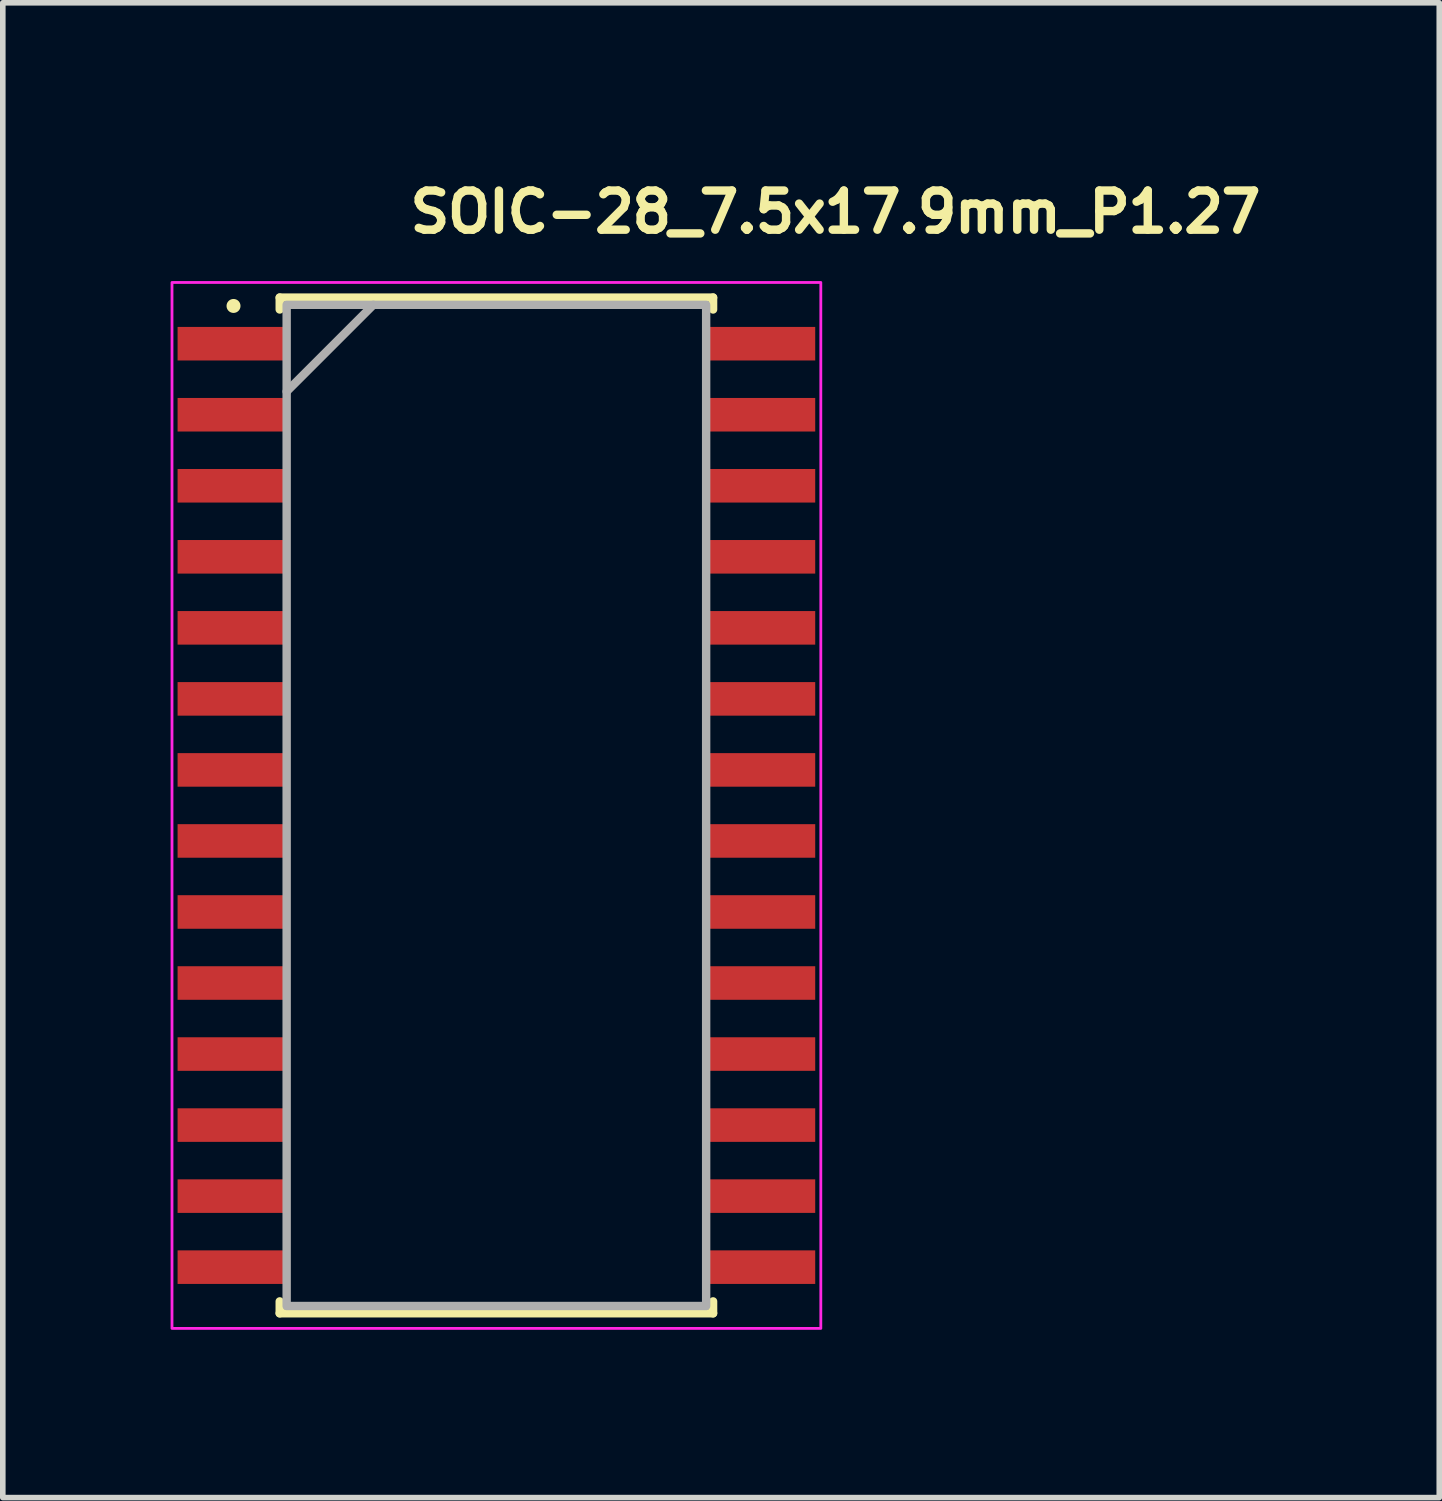
<source format=kicad_pcb>
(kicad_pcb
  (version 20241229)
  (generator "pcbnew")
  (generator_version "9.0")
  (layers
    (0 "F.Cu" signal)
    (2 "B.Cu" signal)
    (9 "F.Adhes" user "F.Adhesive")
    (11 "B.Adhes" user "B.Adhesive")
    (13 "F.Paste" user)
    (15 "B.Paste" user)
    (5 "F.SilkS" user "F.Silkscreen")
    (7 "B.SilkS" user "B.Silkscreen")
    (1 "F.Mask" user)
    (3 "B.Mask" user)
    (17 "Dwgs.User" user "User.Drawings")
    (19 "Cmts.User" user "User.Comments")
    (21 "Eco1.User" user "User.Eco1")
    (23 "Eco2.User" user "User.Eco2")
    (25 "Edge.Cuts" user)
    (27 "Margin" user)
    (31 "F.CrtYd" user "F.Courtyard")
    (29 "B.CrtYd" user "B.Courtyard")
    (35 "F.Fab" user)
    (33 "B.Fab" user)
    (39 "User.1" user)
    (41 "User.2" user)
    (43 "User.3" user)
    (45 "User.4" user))
  (footprint "SOIC-28_7.5x17.9mm_P1.27"
    (layer "F.Cu")
    (at 5.825 11.35)
    (property "Reference" "SOIC-28_7.5x17.9mm_P1.27" (at -1.62 -10.2 0) (layer "F.SilkS") (effects (font (size 0.7 0.7) (thickness 0.15)) (justify left bottom)))
    (attr smd)
    (fp_line (start -3.874 -9.08) (end -3.874 -8.867) (stroke (width 0.15) (type solid)) (layer "F.SilkS"))
    (fp_line (start -3.874 8.867) (end -3.874 9.08) (stroke (width 0.15) (type solid)) (layer "F.SilkS"))
    (fp_line (start -3.874 9.08) (end 3.874 9.08) (stroke (width 0.15) (type solid)) (layer "F.SilkS"))
    (fp_line (start 3.874 -9.08) (end -3.874 -9.08) (stroke (width 0.15) (type solid)) (layer "F.SilkS"))
    (fp_line (start 3.874 -8.867) (end 3.874 -9.08) (stroke (width 0.15) (type solid)) (layer "F.SilkS"))
    (fp_line (start 3.874 9.08) (end 3.874 8.867) (stroke (width 0.15) (type solid)) (layer "F.SilkS"))
    (fp_circle (center -4.7 -8.93) (end -4.65 -8.93) (stroke (width 0.15) (type solid)) (fill yes) (layer "F.SilkS"))
    (fp_rect (start -5.8 -9.35) (end 5.8 9.35) (stroke (width 0.05) (type solid)) (fill no) (layer "F.CrtYd"))
    (fp_line (start -3.75 -7.4) (end -2.2 -8.95) (stroke (width 0.15) (type solid)) (layer "F.Fab"))
    (fp_rect (start -3.75 -8.95) (end 3.75 8.95) (stroke (width 0.15) (type solid)) (fill no) (layer "F.Fab"))
    (fp_rect (start -5.156 -8.954) (end 5.156 8.954) (stroke (width 0.1) (type solid)) (fill no) (layer "User.5"))
    (fp_line (start -5.156 -8.509) (end -4.924 -8.509) (stroke (width 0.02) (type solid)) (layer "User.9"))
    (fp_line (start -5.156 -8.001) (end -5.156 -8.509) (stroke (width 0.02) (type solid)) (layer "User.9"))
    (fp_line (start -5.156 -7.239) (end -4.924 -7.239) (stroke (width 0.02) (type solid)) (layer "User.9"))
    (fp_line (start -5.156 -6.731) (end -5.156 -7.239) (stroke (width 0.02) (type solid)) (layer "User.9"))
    (fp_line (start -5.156 -5.969) (end -4.924 -5.969) (stroke (width 0.02) (type solid)) (layer "User.9"))
    (fp_line (start -5.156 -5.461) (end -5.156 -5.969) (stroke (width 0.02) (type solid)) (layer "User.9"))
    (fp_line (start -5.156 -4.699) (end -4.924 -4.699) (stroke (width 0.02) (type solid)) (layer "User.9"))
    (fp_line (start -5.156 -4.191) (end -5.156 -4.699) (stroke (width 0.02) (type solid)) (layer "User.9"))
    (fp_line (start -5.156 -3.429) (end -4.924 -3.429) (stroke (width 0.02) (type solid)) (layer "User.9"))
    (fp_line (start -5.156 -2.921) (end -5.156 -3.429) (stroke (width 0.02) (type solid)) (layer "User.9"))
    (fp_line (start -5.156 -2.159) (end -4.924 -2.159) (stroke (width 0.02) (type solid)) (layer "User.9"))
    (fp_line (start -5.156 -1.651) (end -5.156 -2.159) (stroke (width 0.02) (type solid)) (layer "User.9"))
    (fp_line (start -5.156 -0.889) (end -4.924 -0.889) (stroke (width 0.02) (type solid)) (layer "User.9"))
    (fp_line (start -5.156 -0.381) (end -5.156 -0.889) (stroke (width 0.02) (type solid)) (layer "User.9"))
    (fp_line (start -5.156 0.381) (end -4.924 0.381) (stroke (width 0.02) (type solid)) (layer "User.9"))
    (fp_line (start -5.156 0.889) (end -5.156 0.381) (stroke (width 0.02) (type solid)) (layer "User.9"))
    (fp_line (start -5.156 1.651) (end -4.924 1.651) (stroke (width 0.02) (type solid)) (layer "User.9"))
    (fp_line (start -5.156 2.159) (end -5.156 1.651) (stroke (width 0.02) (type solid)) (layer "User.9"))
    (fp_line (start -5.156 2.921) (end -4.924 2.921) (stroke (width 0.02) (type solid)) (layer "User.9"))
    (fp_line (start -5.156 3.429) (end -5.156 2.921) (stroke (width 0.02) (type solid)) (layer "User.9"))
    (fp_line (start -5.156 4.191) (end -4.924 4.191) (stroke (width 0.02) (type solid)) (layer "User.9"))
    (fp_line (start -5.156 4.699) (end -5.156 4.191) (stroke (width 0.02) (type solid)) (layer "User.9"))
    (fp_line (start -5.156 5.461) (end -4.924 5.461) (stroke (width 0.02) (type solid)) (layer "User.9"))
    (fp_line (start -5.156 5.969) (end -5.156 5.461) (stroke (width 0.02) (type solid)) (layer "User.9"))
    (fp_line (start -5.156 6.731) (end -4.924 6.731) (stroke (width 0.02) (type solid)) (layer "User.9"))
    (fp_line (start -5.156 7.239) (end -5.156 6.731) (stroke (width 0.02) (type solid)) (layer "User.9"))
    (fp_line (start -5.156 8.001) (end -4.924 8.001) (stroke (width 0.02) (type solid)) (layer "User.9"))
    (fp_line (start -5.156 8.509) (end -5.156 8.001) (stroke (width 0.02) (type solid)) (layer "User.9"))
    (fp_line (start -4.924 -8.509) (end -4.679 -8.509) (stroke (width 0.02) (type solid)) (layer "User.9"))
    (fp_line (start -4.924 -8.001) (end -5.156 -8.001) (stroke (width 0.02) (type solid)) (layer "User.9"))
    (fp_line (start -4.924 -7.239) (end -4.679 -7.239) (stroke (width 0.02) (type solid)) (layer "User.9"))
    (fp_line (start -4.924 -6.731) (end -5.156 -6.731) (stroke (width 0.02) (type solid)) (layer "User.9"))
    (fp_line (start -4.924 -5.969) (end -4.679 -5.969) (stroke (width 0.02) (type solid)) (layer "User.9"))
    (fp_line (start -4.924 -5.461) (end -5.156 -5.461) (stroke (width 0.02) (type solid)) (layer "User.9"))
    (fp_line (start -4.924 -4.699) (end -4.679 -4.699) (stroke (width 0.02) (type solid)) (layer "User.9"))
    (fp_line (start -4.924 -4.191) (end -5.156 -4.191) (stroke (width 0.02) (type solid)) (layer "User.9"))
    (fp_line (start -4.924 -3.429) (end -4.679 -3.429) (stroke (width 0.02) (type solid)) (layer "User.9"))
    (fp_line (start -4.924 -2.921) (end -5.156 -2.921) (stroke (width 0.02) (type solid)) (layer "User.9"))
    (fp_line (start -4.924 -2.159) (end -4.679 -2.159) (stroke (width 0.02) (type solid)) (layer "User.9"))
    (fp_line (start -4.924 -1.651) (end -5.156 -1.651) (stroke (width 0.02) (type solid)) (layer "User.9"))
    (fp_line (start -4.924 -0.889) (end -4.679 -0.889) (stroke (width 0.02) (type solid)) (layer "User.9"))
    (fp_line (start -4.924 -0.381) (end -5.156 -0.381) (stroke (width 0.02) (type solid)) (layer "User.9"))
    (fp_line (start -4.924 0.381) (end -4.679 0.381) (stroke (width 0.02) (type solid)) (layer "User.9"))
    (fp_line (start -4.924 0.889) (end -5.156 0.889) (stroke (width 0.02) (type solid)) (layer "User.9"))
    (fp_line (start -4.924 1.651) (end -4.679 1.651) (stroke (width 0.02) (type solid)) (layer "User.9"))
    (fp_line (start -4.924 2.159) (end -5.156 2.159) (stroke (width 0.02) (type solid)) (layer "User.9"))
    (fp_line (start -4.924 2.921) (end -4.679 2.921) (stroke (width 0.02) (type solid)) (layer "User.9"))
    (fp_line (start -4.924 3.429) (end -5.156 3.429) (stroke (width 0.02) (type solid)) (layer "User.9"))
    (fp_line (start -4.924 4.191) (end -4.679 4.191) (stroke (width 0.02) (type solid)) (layer "User.9"))
    (fp_line (start -4.924 4.699) (end -5.156 4.699) (stroke (width 0.02) (type solid)) (layer "User.9"))
    (fp_line (start -4.924 5.461) (end -4.679 5.461) (stroke (width 0.02) (type solid)) (layer "User.9"))
    (fp_line (start -4.924 5.969) (end -5.156 5.969) (stroke (width 0.02) (type solid)) (layer "User.9"))
    (fp_line (start -4.924 6.731) (end -4.679 6.731) (stroke (width 0.02) (type solid)) (layer "User.9"))
    (fp_line (start -4.924 7.239) (end -5.156 7.239) (stroke (width 0.02) (type solid)) (layer "User.9"))
    (fp_line (start -4.924 8.001) (end -4.679 8.001) (stroke (width 0.02) (type solid)) (layer "User.9"))
    (fp_line (start -4.924 8.509) (end -5.156 8.509) (stroke (width 0.02) (type solid)) (layer "User.9"))
    (fp_line (start -4.679 -8.509) (end -4.469 -8.509) (stroke (width 0.02) (type solid)) (layer "User.9"))
    (fp_line (start -4.679 -8.001) (end -4.924 -8.001) (stroke (width 0.02) (type solid)) (layer "User.9"))
    (fp_line (start -4.679 -7.239) (end -4.469 -7.239) (stroke (width 0.02) (type solid)) (layer "User.9"))
    (fp_line (start -4.679 -6.731) (end -4.924 -6.731) (stroke (width 0.02) (type solid)) (layer "User.9"))
    (fp_line (start -4.679 -5.969) (end -4.469 -5.969) (stroke (width 0.02) (type solid)) (layer "User.9"))
    (fp_line (start -4.679 -5.461) (end -4.924 -5.461) (stroke (width 0.02) (type solid)) (layer "User.9"))
    (fp_line (start -4.679 -4.699) (end -4.469 -4.699) (stroke (width 0.02) (type solid)) (layer "User.9"))
    (fp_line (start -4.679 -4.191) (end -4.924 -4.191) (stroke (width 0.02) (type solid)) (layer "User.9"))
    (fp_line (start -4.679 -3.429) (end -4.469 -3.429) (stroke (width 0.02) (type solid)) (layer "User.9"))
    (fp_line (start -4.679 -2.921) (end -4.924 -2.921) (stroke (width 0.02) (type solid)) (layer "User.9"))
    (fp_line (start -4.679 -2.159) (end -4.469 -2.159) (stroke (width 0.02) (type solid)) (layer "User.9"))
    (fp_line (start -4.679 -1.651) (end -4.924 -1.651) (stroke (width 0.02) (type solid)) (layer "User.9"))
    (fp_line (start -4.679 -0.889) (end -4.469 -0.889) (stroke (width 0.02) (type solid)) (layer "User.9"))
    (fp_line (start -4.679 -0.381) (end -4.924 -0.381) (stroke (width 0.02) (type solid)) (layer "User.9"))
    (fp_line (start -4.679 0.381) (end -4.469 0.381) (stroke (width 0.02) (type solid)) (layer "User.9"))
    (fp_line (start -4.679 0.889) (end -4.924 0.889) (stroke (width 0.02) (type solid)) (layer "User.9"))
    (fp_line (start -4.679 1.651) (end -4.469 1.651) (stroke (width 0.02) (type solid)) (layer "User.9"))
    (fp_line (start -4.679 2.159) (end -4.924 2.159) (stroke (width 0.02) (type solid)) (layer "User.9"))
    (fp_line (start -4.679 2.921) (end -4.469 2.921) (stroke (width 0.02) (type solid)) (layer "User.9"))
    (fp_line (start -4.679 3.429) (end -4.924 3.429) (stroke (width 0.02) (type solid)) (layer "User.9"))
    (fp_line (start -4.679 4.191) (end -4.469 4.191) (stroke (width 0.02) (type solid)) (layer "User.9"))
    (fp_line (start -4.679 4.699) (end -4.924 4.699) (stroke (width 0.02) (type solid)) (layer "User.9"))
    (fp_line (start -4.679 5.461) (end -4.469 5.461) (stroke (width 0.02) (type solid)) (layer "User.9"))
    (fp_line (start -4.679 5.969) (end -4.924 5.969) (stroke (width 0.02) (type solid)) (layer "User.9"))
    (fp_line (start -4.679 6.731) (end -4.469 6.731) (stroke (width 0.02) (type solid)) (layer "User.9"))
    (fp_line (start -4.679 7.239) (end -4.924 7.239) (stroke (width 0.02) (type solid)) (layer "User.9"))
    (fp_line (start -4.679 8.001) (end -4.469 8.001) (stroke (width 0.02) (type solid)) (layer "User.9"))
    (fp_line (start -4.679 8.509) (end -4.924 8.509) (stroke (width 0.02) (type solid)) (layer "User.9"))
    (fp_line (start -4.47 -8.509) (end -3.979 -8.509) (stroke (width 0.02) (type solid)) (layer "User.9"))
    (fp_line (start -4.47 -7.239) (end -3.979 -7.239) (stroke (width 0.02) (type solid)) (layer "User.9"))
    (fp_line (start -4.47 -5.969) (end -3.979 -5.969) (stroke (width 0.02) (type solid)) (layer "User.9"))
    (fp_line (start -4.47 -4.699) (end -3.979 -4.699) (stroke (width 0.02) (type solid)) (layer "User.9"))
    (fp_line (start -4.47 -3.429) (end -3.979 -3.429) (stroke (width 0.02) (type solid)) (layer "User.9"))
    (fp_line (start -4.47 -2.159) (end -3.979 -2.159) (stroke (width 0.02) (type solid)) (layer "User.9"))
    (fp_line (start -4.47 -0.889) (end -3.979 -0.889) (stroke (width 0.02) (type solid)) (layer "User.9"))
    (fp_line (start -4.47 0.381) (end -3.979 0.381) (stroke (width 0.02) (type solid)) (layer "User.9"))
    (fp_line (start -4.47 1.651) (end -3.979 1.651) (stroke (width 0.02) (type solid)) (layer "User.9"))
    (fp_line (start -4.47 2.921) (end -3.979 2.921) (stroke (width 0.02) (type solid)) (layer "User.9"))
    (fp_line (start -4.47 4.191) (end -3.979 4.191) (stroke (width 0.02) (type solid)) (layer "User.9"))
    (fp_line (start -4.47 5.461) (end -3.979 5.461) (stroke (width 0.02) (type solid)) (layer "User.9"))
    (fp_line (start -4.47 6.731) (end -3.979 6.731) (stroke (width 0.02) (type solid)) (layer "User.9"))
    (fp_line (start -4.47 8.001) (end -3.979 8.001) (stroke (width 0.02) (type solid)) (layer "User.9"))
    (fp_line (start -4.469 -8.001) (end -4.679 -8.001) (stroke (width 0.02) (type solid)) (layer "User.9"))
    (fp_line (start -4.469 -6.731) (end -4.679 -6.731) (stroke (width 0.02) (type solid)) (layer "User.9"))
    (fp_line (start -4.469 -5.461) (end -4.679 -5.461) (stroke (width 0.02) (type solid)) (layer "User.9"))
    (fp_line (start -4.469 -4.191) (end -4.679 -4.191) (stroke (width 0.02) (type solid)) (layer "User.9"))
    (fp_line (start -4.469 -2.921) (end -4.679 -2.921) (stroke (width 0.02) (type solid)) (layer "User.9"))
    (fp_line (start -4.469 -1.651) (end -4.679 -1.651) (stroke (width 0.02) (type solid)) (layer "User.9"))
    (fp_line (start -4.469 -0.381) (end -4.679 -0.381) (stroke (width 0.02) (type solid)) (layer "User.9"))
    (fp_line (start -4.469 0.889) (end -4.679 0.889) (stroke (width 0.02) (type solid)) (layer "User.9"))
    (fp_line (start -4.469 2.159) (end -4.679 2.159) (stroke (width 0.02) (type solid)) (layer "User.9"))
    (fp_line (start -4.469 3.429) (end -4.679 3.429) (stroke (width 0.02) (type solid)) (layer "User.9"))
    (fp_line (start -4.469 4.699) (end -4.679 4.699) (stroke (width 0.02) (type solid)) (layer "User.9"))
    (fp_line (start -4.469 5.969) (end -4.679 5.969) (stroke (width 0.02) (type solid)) (layer "User.9"))
    (fp_line (start -4.469 7.239) (end -4.679 7.239) (stroke (width 0.02) (type solid)) (layer "User.9"))
    (fp_line (start -4.469 8.509) (end -4.679 8.509) (stroke (width 0.02) (type solid)) (layer "User.9"))
    (fp_line (start -3.979 -8.509) (end -3.746 -8.509) (stroke (width 0.02) (type solid)) (layer "User.9"))
    (fp_line (start -3.979 -8.001) (end -4.47 -8.001) (stroke (width 0.02) (type solid)) (layer "User.9"))
    (fp_line (start -3.979 -7.239) (end -3.746 -7.239) (stroke (width 0.02) (type solid)) (layer "User.9"))
    (fp_line (start -3.979 -6.731) (end -4.47 -6.731) (stroke (width 0.02) (type solid)) (layer "User.9"))
    (fp_line (start -3.979 -5.969) (end -3.746 -5.969) (stroke (width 0.02) (type solid)) (layer "User.9"))
    (fp_line (start -3.979 -5.461) (end -4.47 -5.461) (stroke (width 0.02) (type solid)) (layer "User.9"))
    (fp_line (start -3.979 -4.699) (end -3.746 -4.699) (stroke (width 0.02) (type solid)) (layer "User.9"))
    (fp_line (start -3.979 -4.191) (end -4.47 -4.191) (stroke (width 0.02) (type solid)) (layer "User.9"))
    (fp_line (start -3.979 -3.429) (end -3.746 -3.429) (stroke (width 0.02) (type solid)) (layer "User.9"))
    (fp_line (start -3.979 -2.921) (end -4.47 -2.921) (stroke (width 0.02) (type solid)) (layer "User.9"))
    (fp_line (start -3.979 -2.159) (end -3.746 -2.159) (stroke (width 0.02) (type solid)) (layer "User.9"))
    (fp_line (start -3.979 -1.651) (end -4.47 -1.651) (stroke (width 0.02) (type solid)) (layer "User.9"))
    (fp_line (start -3.979 -0.889) (end -3.746 -0.889) (stroke (width 0.02) (type solid)) (layer "User.9"))
    (fp_line (start -3.979 -0.381) (end -4.47 -0.381) (stroke (width 0.02) (type solid)) (layer "User.9"))
    (fp_line (start -3.979 0.381) (end -3.746 0.381) (stroke (width 0.02) (type solid)) (layer "User.9"))
    (fp_line (start -3.979 0.889) (end -4.47 0.889) (stroke (width 0.02) (type solid)) (layer "User.9"))
    (fp_line (start -3.979 1.651) (end -3.746 1.651) (stroke (width 0.02) (type solid)) (layer "User.9"))
    (fp_line (start -3.979 2.159) (end -4.47 2.159) (stroke (width 0.02) (type solid)) (layer "User.9"))
    (fp_line (start -3.979 2.921) (end -3.746 2.921) (stroke (width 0.02) (type solid)) (layer "User.9"))
    (fp_line (start -3.979 3.429) (end -4.47 3.429) (stroke (width 0.02) (type solid)) (layer "User.9"))
    (fp_line (start -3.979 4.191) (end -3.746 4.191) (stroke (width 0.02) (type solid)) (layer "User.9"))
    (fp_line (start -3.979 4.699) (end -4.47 4.699) (stroke (width 0.02) (type solid)) (layer "User.9"))
    (fp_line (start -3.979 5.461) (end -3.746 5.461) (stroke (width 0.02) (type solid)) (layer "User.9"))
    (fp_line (start -3.979 5.969) (end -4.47 5.969) (stroke (width 0.02) (type solid)) (layer "User.9"))
    (fp_line (start -3.979 6.731) (end -3.746 6.731) (stroke (width 0.02) (type solid)) (layer "User.9"))
    (fp_line (start -3.979 7.239) (end -4.47 7.239) (stroke (width 0.02) (type solid)) (layer "User.9"))
    (fp_line (start -3.979 8.001) (end -3.746 8.001) (stroke (width 0.02) (type solid)) (layer "User.9"))
    (fp_line (start -3.979 8.509) (end -4.47 8.509) (stroke (width 0.02) (type solid)) (layer "User.9"))
    (fp_line (start -3.747 -8.001) (end -3.979 -8.001) (stroke (width 0.02) (type solid)) (layer "User.9"))
    (fp_line (start -3.747 -8.001) (end -3.747 -8.509) (stroke (width 0.02) (type solid)) (layer "User.9"))
    (fp_line (start -3.747 -6.731) (end -3.979 -6.731) (stroke (width 0.02) (type solid)) (layer "User.9"))
    (fp_line (start -3.747 -6.731) (end -3.747 -7.239) (stroke (width 0.02) (type solid)) (layer "User.9"))
    (fp_line (start -3.747 -5.461) (end -3.979 -5.461) (stroke (width 0.02) (type solid)) (layer "User.9"))
    (fp_line (start -3.747 -5.461) (end -3.747 -5.969) (stroke (width 0.02) (type solid)) (layer "User.9"))
    (fp_line (start -3.747 -4.191) (end -3.979 -4.191) (stroke (width 0.02) (type solid)) (layer "User.9"))
    (fp_line (start -3.747 -4.191) (end -3.747 -4.699) (stroke (width 0.02) (type solid)) (layer "User.9"))
    (fp_line (start -3.747 -2.921) (end -3.979 -2.921) (stroke (width 0.02) (type solid)) (layer "User.9"))
    (fp_line (start -3.747 -2.921) (end -3.747 -3.429) (stroke (width 0.02) (type solid)) (layer "User.9"))
    (fp_line (start -3.747 -1.651) (end -3.979 -1.651) (stroke (width 0.02) (type solid)) (layer "User.9"))
    (fp_line (start -3.747 -1.651) (end -3.747 -2.159) (stroke (width 0.02) (type solid)) (layer "User.9"))
    (fp_line (start -3.747 -0.381) (end -3.979 -0.381) (stroke (width 0.02) (type solid)) (layer "User.9"))
    (fp_line (start -3.747 -0.381) (end -3.747 -0.889) (stroke (width 0.02) (type solid)) (layer "User.9"))
    (fp_line (start -3.747 0.889) (end -3.979 0.889) (stroke (width 0.02) (type solid)) (layer "User.9"))
    (fp_line (start -3.747 0.889) (end -3.747 0.381) (stroke (width 0.02) (type solid)) (layer "User.9"))
    (fp_line (start -3.747 2.159) (end -3.979 2.159) (stroke (width 0.02) (type solid)) (layer "User.9"))
    (fp_line (start -3.747 2.159) (end -3.747 1.651) (stroke (width 0.02) (type solid)) (layer "User.9"))
    (fp_line (start -3.747 3.429) (end -3.979 3.429) (stroke (width 0.02) (type solid)) (layer "User.9"))
    (fp_line (start -3.747 3.429) (end -3.747 2.921) (stroke (width 0.02) (type solid)) (layer "User.9"))
    (fp_line (start -3.747 4.699) (end -3.979 4.699) (stroke (width 0.02) (type solid)) (layer "User.9"))
    (fp_line (start -3.747 4.699) (end -3.747 4.191) (stroke (width 0.02) (type solid)) (layer "User.9"))
    (fp_line (start -3.747 5.969) (end -3.979 5.969) (stroke (width 0.02) (type solid)) (layer "User.9"))
    (fp_line (start -3.747 5.969) (end -3.747 5.461) (stroke (width 0.02) (type solid)) (layer "User.9"))
    (fp_line (start -3.747 7.239) (end -3.979 7.239) (stroke (width 0.02) (type solid)) (layer "User.9"))
    (fp_line (start -3.747 7.239) (end -3.747 6.731) (stroke (width 0.02) (type solid)) (layer "User.9"))
    (fp_line (start -3.747 8.509) (end -3.979 8.509) (stroke (width 0.02) (type solid)) (layer "User.9"))
    (fp_line (start -3.747 8.509) (end -3.747 8.001) (stroke (width 0.02) (type solid)) (layer "User.9"))
    (fp_line (start -3.746 -8.954) (end 3.746 -8.954) (stroke (width 0.02) (type solid)) (layer "User.9"))
    (fp_line (start -3.746 8.954) (end -3.746 -8.954) (stroke (width 0.02) (type solid)) (layer "User.9"))
    (fp_line (start -3.746 8.954) (end -3.39 8.878) (stroke (width 0.02) (type solid)) (layer "User.9"))
    (fp_line (start -3.391 -8.877) (end -3.747 -8.953) (stroke (width 0.02) (type solid)) (layer "User.9"))
    (fp_line (start -3.391 -8.877) (end 3.391 -8.877) (stroke (width 0.02) (type solid)) (layer "User.9"))
    (fp_line (start -3.391 8.877) (end -3.391 -8.877) (stroke (width 0.02) (type solid)) (layer "User.9"))
    (fp_line (start -2.744 -7.628) (end -2.744 -7.618) (stroke (width 0.02) (type solid)) (layer "User.9"))
    (fp_line (start -2.744 -7.618) (end -2.744 -7.618) (stroke (width 0.02) (type solid)) (layer "User.9"))
    (fp_line (start -2.744 -7.618) (end -2.744 -7.608) (stroke (width 0.02) (type solid)) (layer "User.9"))
    (fp_line (start -2.744 -7.608) (end -2.743 -7.599) (stroke (width 0.02) (type solid)) (layer "User.9"))
    (fp_line (start -2.743 -7.637) (end -2.744 -7.628) (stroke (width 0.02) (type solid)) (layer "User.9"))
    (fp_line (start -2.743 -7.599) (end -2.742 -7.589) (stroke (width 0.02) (type solid)) (layer "User.9"))
    (fp_line (start -2.742 -7.647) (end -2.743 -7.637) (stroke (width 0.02) (type solid)) (layer "User.9"))
    (fp_line (start -2.742 -7.589) (end -2.741 -7.58) (stroke (width 0.02) (type solid)) (layer "User.9"))
    (fp_line (start -2.741 -7.656) (end -2.742 -7.647) (stroke (width 0.02) (type solid)) (layer "User.9"))
    (fp_line (start -2.741 -7.58) (end -2.738 -7.571) (stroke (width 0.02) (type solid)) (layer "User.9"))
    (fp_line (start -2.738 -7.665) (end -2.741 -7.656) (stroke (width 0.02) (type solid)) (layer "User.9"))
    (fp_line (start -2.738 -7.571) (end -2.736 -7.562) (stroke (width 0.02) (type solid)) (layer "User.9"))
    (fp_line (start -2.736 -7.674) (end -2.738 -7.665) (stroke (width 0.02) (type solid)) (layer "User.9"))
    (fp_line (start -2.736 -7.562) (end -2.733 -7.554) (stroke (width 0.02) (type solid)) (layer "User.9"))
    (fp_line (start -2.733 -7.682) (end -2.736 -7.674) (stroke (width 0.02) (type solid)) (layer "User.9"))
    (fp_line (start -2.733 -7.554) (end -2.73 -7.545) (stroke (width 0.02) (type solid)) (layer "User.9"))
    (fp_line (start -2.73 -7.691) (end -2.733 -7.682) (stroke (width 0.02) (type solid)) (layer "User.9"))
    (fp_line (start -2.73 -7.545) (end -2.726 -7.537) (stroke (width 0.02) (type solid)) (layer "User.9"))
    (fp_line (start -2.726 -7.699) (end -2.73 -7.691) (stroke (width 0.02) (type solid)) (layer "User.9"))
    (fp_line (start -2.726 -7.537) (end -2.722 -7.529) (stroke (width 0.02) (type solid)) (layer "User.9"))
    (fp_line (start -2.722 -7.707) (end -2.726 -7.699) (stroke (width 0.02) (type solid)) (layer "User.9"))
    (fp_line (start -2.722 -7.529) (end -2.717 -7.521) (stroke (width 0.02) (type solid)) (layer "User.9"))
    (fp_line (start -2.717 -7.715) (end -2.722 -7.707) (stroke (width 0.02) (type solid)) (layer "User.9"))
    (fp_line (start -2.717 -7.521) (end -2.712 -7.513) (stroke (width 0.02) (type solid)) (layer "User.9"))
    (fp_line (start -2.712 -7.723) (end -2.717 -7.715) (stroke (width 0.02) (type solid)) (layer "User.9"))
    (fp_line (start -2.712 -7.513) (end -2.707 -7.506) (stroke (width 0.02) (type solid)) (layer "User.9"))
    (fp_line (start -2.707 -7.73) (end -2.712 -7.723) (stroke (width 0.02) (type solid)) (layer "User.9"))
    (fp_line (start -2.707 -7.506) (end -2.702 -7.499) (stroke (width 0.02) (type solid)) (layer "User.9"))
    (fp_line (start -2.702 -7.737) (end -2.707 -7.73) (stroke (width 0.02) (type solid)) (layer "User.9"))
    (fp_line (start -2.702 -7.499) (end -2.696 -7.492) (stroke (width 0.02) (type solid)) (layer "User.9"))
    (fp_line (start -2.696 -7.744) (end -2.702 -7.737) (stroke (width 0.02) (type solid)) (layer "User.9"))
    (fp_line (start -2.696 -7.492) (end -2.689 -7.486) (stroke (width 0.02) (type solid)) (layer "User.9"))
    (fp_line (start -2.689 -7.75) (end -2.696 -7.744) (stroke (width 0.02) (type solid)) (layer "User.9"))
    (fp_line (start -2.689 -7.486) (end -2.683 -7.479) (stroke (width 0.02) (type solid)) (layer "User.9"))
    (fp_line (start -2.683 -7.757) (end -2.689 -7.75) (stroke (width 0.02) (type solid)) (layer "User.9"))
    (fp_line (start -2.683 -7.479) (end -2.676 -7.473) (stroke (width 0.02) (type solid)) (layer "User.9"))
    (fp_line (start -2.676 -7.763) (end -2.683 -7.757) (stroke (width 0.02) (type solid)) (layer "User.9"))
    (fp_line (start -2.676 -7.473) (end -2.669 -7.468) (stroke (width 0.02) (type solid)) (layer "User.9"))
    (fp_line (start -2.669 -7.768) (end -2.676 -7.763) (stroke (width 0.02) (type solid)) (layer "User.9"))
    (fp_line (start -2.669 -7.468) (end -2.662 -7.463) (stroke (width 0.02) (type solid)) (layer "User.9"))
    (fp_line (start -2.662 -7.773) (end -2.669 -7.768) (stroke (width 0.02) (type solid)) (layer "User.9"))
    (fp_line (start -2.662 -7.463) (end -2.654 -7.458) (stroke (width 0.02) (type solid)) (layer "User.9"))
    (fp_line (start -2.654 -7.778) (end -2.662 -7.773) (stroke (width 0.02) (type solid)) (layer "User.9"))
    (fp_line (start -2.654 -7.458) (end -2.646 -7.453) (stroke (width 0.02) (type solid)) (layer "User.9"))
    (fp_line (start -2.646 -7.783) (end -2.654 -7.778) (stroke (width 0.02) (type solid)) (layer "User.9"))
    (fp_line (start -2.646 -7.453) (end -2.638 -7.449) (stroke (width 0.02) (type solid)) (layer "User.9"))
    (fp_line (start -2.638 -7.787) (end -2.646 -7.783) (stroke (width 0.02) (type solid)) (layer "User.9"))
    (fp_line (start -2.638 -7.449) (end -2.63 -7.445) (stroke (width 0.02) (type solid)) (layer "User.9"))
    (fp_line (start -2.63 -7.791) (end -2.638 -7.787) (stroke (width 0.02) (type solid)) (layer "User.9"))
    (fp_line (start -2.63 -7.445) (end -2.621 -7.442) (stroke (width 0.02) (type solid)) (layer "User.9"))
    (fp_line (start -2.621 -7.794) (end -2.63 -7.791) (stroke (width 0.02) (type solid)) (layer "User.9"))
    (fp_line (start -2.621 -7.442) (end -2.613 -7.439) (stroke (width 0.02) (type solid)) (layer "User.9"))
    (fp_line (start -2.613 -7.797) (end -2.621 -7.794) (stroke (width 0.02) (type solid)) (layer "User.9"))
    (fp_line (start -2.613 -7.439) (end -2.604 -7.437) (stroke (width 0.02) (type solid)) (layer "User.9"))
    (fp_line (start -2.604 -7.799) (end -2.613 -7.797) (stroke (width 0.02) (type solid)) (layer "User.9"))
    (fp_line (start -2.604 -7.437) (end -2.595 -7.434) (stroke (width 0.02) (type solid)) (layer "User.9"))
    (fp_line (start -2.595 -7.802) (end -2.604 -7.799) (stroke (width 0.02) (type solid)) (layer "User.9"))
    (fp_line (start -2.595 -7.434) (end -2.586 -7.433) (stroke (width 0.02) (type solid)) (layer "User.9"))
    (fp_line (start -2.586 -7.803) (end -2.595 -7.802) (stroke (width 0.02) (type solid)) (layer "User.9"))
    (fp_line (start -2.586 -7.433) (end -2.576 -7.432) (stroke (width 0.02) (type solid)) (layer "User.9"))
    (fp_line (start -2.576 -7.804) (end -2.586 -7.803) (stroke (width 0.02) (type solid)) (layer "User.9"))
    (fp_line (start -2.576 -7.432) (end -2.567 -7.431) (stroke (width 0.02) (type solid)) (layer "User.9"))
    (fp_line (start -2.567 -7.805) (end -2.576 -7.804) (stroke (width 0.02) (type solid)) (layer "User.9"))
    (fp_line (start -2.567 -7.431) (end -2.557 -7.431) (stroke (width 0.02) (type solid)) (layer "User.9"))
    (fp_line (start -2.557 -7.805) (end -2.567 -7.805) (stroke (width 0.02) (type solid)) (layer "User.9"))
    (fp_line (start -2.557 -7.805) (end -2.557 -7.805) (stroke (width 0.02) (type solid)) (layer "User.9"))
    (fp_line (start -2.557 -7.431) (end -2.557 -7.431) (stroke (width 0.02) (type solid)) (layer "User.9"))
    (fp_line (start -2.557 -7.431) (end -2.547 -7.431) (stroke (width 0.02) (type solid)) (layer "User.9"))
    (fp_line (start -2.547 -7.805) (end -2.557 -7.805) (stroke (width 0.02) (type solid)) (layer "User.9"))
    (fp_line (start -2.547 -7.431) (end -2.538 -7.432) (stroke (width 0.02) (type solid)) (layer "User.9"))
    (fp_line (start -2.538 -7.804) (end -2.547 -7.805) (stroke (width 0.02) (type solid)) (layer "User.9"))
    (fp_line (start -2.538 -7.432) (end -2.528 -7.433) (stroke (width 0.02) (type solid)) (layer "User.9"))
    (fp_line (start -2.528 -7.803) (end -2.538 -7.804) (stroke (width 0.02) (type solid)) (layer "User.9"))
    (fp_line (start -2.528 -7.433) (end -2.519 -7.434) (stroke (width 0.02) (type solid)) (layer "User.9"))
    (fp_line (start -2.519 -7.802) (end -2.528 -7.803) (stroke (width 0.02) (type solid)) (layer "User.9"))
    (fp_line (start -2.519 -7.434) (end -2.51 -7.437) (stroke (width 0.02) (type solid)) (layer "User.9"))
    (fp_line (start -2.51 -7.799) (end -2.519 -7.802) (stroke (width 0.02) (type solid)) (layer "User.9"))
    (fp_line (start -2.51 -7.437) (end -2.501 -7.439) (stroke (width 0.02) (type solid)) (layer "User.9"))
    (fp_line (start -2.501 -7.797) (end -2.51 -7.799) (stroke (width 0.02) (type solid)) (layer "User.9"))
    (fp_line (start -2.501 -7.439) (end -2.493 -7.442) (stroke (width 0.02) (type solid)) (layer "User.9"))
    (fp_line (start -2.493 -7.794) (end -2.501 -7.797) (stroke (width 0.02) (type solid)) (layer "User.9"))
    (fp_line (start -2.493 -7.442) (end -2.484 -7.445) (stroke (width 0.02) (type solid)) (layer "User.9"))
    (fp_line (start -2.484 -7.791) (end -2.493 -7.794) (stroke (width 0.02) (type solid)) (layer "User.9"))
    (fp_line (start -2.484 -7.445) (end -2.476 -7.449) (stroke (width 0.02) (type solid)) (layer "User.9"))
    (fp_line (start -2.476 -7.787) (end -2.484 -7.791) (stroke (width 0.02) (type solid)) (layer "User.9"))
    (fp_line (start -2.476 -7.449) (end -2.468 -7.453) (stroke (width 0.02) (type solid)) (layer "User.9"))
    (fp_line (start -2.468 -7.783) (end -2.476 -7.787) (stroke (width 0.02) (type solid)) (layer "User.9"))
    (fp_line (start -2.468 -7.453) (end -2.46 -7.458) (stroke (width 0.02) (type solid)) (layer "User.9"))
    (fp_line (start -2.46 -7.778) (end -2.468 -7.783) (stroke (width 0.02) (type solid)) (layer "User.9"))
    (fp_line (start -2.46 -7.458) (end -2.452 -7.463) (stroke (width 0.02) (type solid)) (layer "User.9"))
    (fp_line (start -2.452 -7.773) (end -2.46 -7.778) (stroke (width 0.02) (type solid)) (layer "User.9"))
    (fp_line (start -2.452 -7.463) (end -2.445 -7.468) (stroke (width 0.02) (type solid)) (layer "User.9"))
    (fp_line (start -2.445 -7.768) (end -2.452 -7.773) (stroke (width 0.02) (type solid)) (layer "User.9"))
    (fp_line (start -2.445 -7.468) (end -2.438 -7.473) (stroke (width 0.02) (type solid)) (layer "User.9"))
    (fp_line (start -2.438 -7.763) (end -2.445 -7.768) (stroke (width 0.02) (type solid)) (layer "User.9"))
    (fp_line (start -2.438 -7.473) (end -2.431 -7.479) (stroke (width 0.02) (type solid)) (layer "User.9"))
    (fp_line (start -2.431 -7.757) (end -2.438 -7.763) (stroke (width 0.02) (type solid)) (layer "User.9"))
    (fp_line (start -2.431 -7.479) (end -2.425 -7.486) (stroke (width 0.02) (type solid)) (layer "User.9"))
    (fp_line (start -2.425 -7.75) (end -2.431 -7.757) (stroke (width 0.02) (type solid)) (layer "User.9"))
    (fp_line (start -2.425 -7.486) (end -2.418 -7.492) (stroke (width 0.02) (type solid)) (layer "User.9"))
    (fp_line (start -2.418 -7.744) (end -2.425 -7.75) (stroke (width 0.02) (type solid)) (layer "User.9"))
    (fp_line (start -2.418 -7.492) (end -2.412 -7.499) (stroke (width 0.02) (type solid)) (layer "User.9"))
    (fp_line (start -2.412 -7.737) (end -2.418 -7.744) (stroke (width 0.02) (type solid)) (layer "User.9"))
    (fp_line (start -2.412 -7.499) (end -2.407 -7.506) (stroke (width 0.02) (type solid)) (layer "User.9"))
    (fp_line (start -2.407 -7.73) (end -2.412 -7.737) (stroke (width 0.02) (type solid)) (layer "User.9"))
    (fp_line (start -2.407 -7.506) (end -2.402 -7.513) (stroke (width 0.02) (type solid)) (layer "User.9"))
    (fp_line (start -2.402 -7.723) (end -2.407 -7.73) (stroke (width 0.02) (type solid)) (layer "User.9"))
    (fp_line (start -2.402 -7.513) (end -2.397 -7.521) (stroke (width 0.02) (type solid)) (layer "User.9"))
    (fp_line (start -2.397 -7.715) (end -2.402 -7.723) (stroke (width 0.02) (type solid)) (layer "User.9"))
    (fp_line (start -2.397 -7.521) (end -2.392 -7.529) (stroke (width 0.02) (type solid)) (layer "User.9"))
    (fp_line (start -2.392 -7.707) (end -2.397 -7.715) (stroke (width 0.02) (type solid)) (layer "User.9"))
    (fp_line (start -2.392 -7.529) (end -2.388 -7.537) (stroke (width 0.02) (type solid)) (layer "User.9"))
    (fp_line (start -2.388 -7.699) (end -2.392 -7.707) (stroke (width 0.02) (type solid)) (layer "User.9"))
    (fp_line (start -2.388 -7.537) (end -2.384 -7.545) (stroke (width 0.02) (type solid)) (layer "User.9"))
    (fp_line (start -2.384 -7.691) (end -2.388 -7.699) (stroke (width 0.02) (type solid)) (layer "User.9"))
    (fp_line (start -2.384 -7.545) (end -2.381 -7.554) (stroke (width 0.02) (type solid)) (layer "User.9"))
    (fp_line (start -2.381 -7.682) (end -2.384 -7.691) (stroke (width 0.02) (type solid)) (layer "User.9"))
    (fp_line (start -2.381 -7.554) (end -2.378 -7.562) (stroke (width 0.02) (type solid)) (layer "User.9"))
    (fp_line (start -2.378 -7.674) (end -2.381 -7.682) (stroke (width 0.02) (type solid)) (layer "User.9"))
    (fp_line (start -2.378 -7.562) (end -2.376 -7.571) (stroke (width 0.02) (type solid)) (layer "User.9"))
    (fp_line (start -2.376 -7.665) (end -2.378 -7.674) (stroke (width 0.02) (type solid)) (layer "User.9"))
    (fp_line (start -2.376 -7.571) (end -2.373 -7.58) (stroke (width 0.02) (type solid)) (layer "User.9"))
    (fp_line (start -2.373 -7.656) (end -2.376 -7.665) (stroke (width 0.02) (type solid)) (layer "User.9"))
    (fp_line (start -2.373 -7.58) (end -2.372 -7.589) (stroke (width 0.02) (type solid)) (layer "User.9"))
    (fp_line (start -2.372 -7.647) (end -2.373 -7.656) (stroke (width 0.02) (type solid)) (layer "User.9"))
    (fp_line (start -2.372 -7.589) (end -2.371 -7.599) (stroke (width 0.02) (type solid)) (layer "User.9"))
    (fp_line (start -2.371 -7.637) (end -2.372 -7.647) (stroke (width 0.02) (type solid)) (layer "User.9"))
    (fp_line (start -2.371 -7.599) (end -2.37 -7.608) (stroke (width 0.02) (type solid)) (layer "User.9"))
    (fp_line (start -2.37 -7.628) (end -2.371 -7.637) (stroke (width 0.02) (type solid)) (layer "User.9"))
    (fp_line (start -2.37 -7.618) (end -2.37 -7.628) (stroke (width 0.02) (type solid)) (layer "User.9"))
    (fp_line (start -2.37 -7.618) (end -2.37 -7.618) (stroke (width 0.02) (type solid)) (layer "User.9"))
    (fp_line (start -2.37 -7.618) (end -2.37 -7.618) (stroke (width 0.02) (type solid)) (layer "User.9"))
    (fp_line (start -2.37 -7.608) (end -2.37 -7.618) (stroke (width 0.02) (type solid)) (layer "User.9"))
    (fp_line (start 3.391 -8.877) (end 3.391 8.877) (stroke (width 0.02) (type solid)) (layer "User.9"))
    (fp_line (start 3.391 -8.877) (end 3.747 -8.953) (stroke (width 0.02) (type solid)) (layer "User.9"))
    (fp_line (start 3.391 8.877) (end -3.391 8.877) (stroke (width 0.02) (type solid)) (layer "User.9"))
    (fp_line (start 3.391 8.877) (end 3.747 8.953) (stroke (width 0.02) (type solid)) (layer "User.9"))
    (fp_line (start 3.746 -8.954) (end 3.746 8.954) (stroke (width 0.02) (type solid)) (layer "User.9"))
    (fp_line (start 3.746 8.954) (end -3.746 8.954) (stroke (width 0.02) (type solid)) (layer "User.9"))
    (fp_line (start 3.747 -8.509) (end 3.747 -8.001) (stroke (width 0.02) (type solid)) (layer "User.9"))
    (fp_line (start 3.747 -8.509) (end 3.979 -8.509) (stroke (width 0.02) (type solid)) (layer "User.9"))
    (fp_line (start 3.747 -7.239) (end 3.747 -6.731) (stroke (width 0.02) (type solid)) (layer "User.9"))
    (fp_line (start 3.747 -7.239) (end 3.979 -7.239) (stroke (width 0.02) (type solid)) (layer "User.9"))
    (fp_line (start 3.747 -5.969) (end 3.747 -5.461) (stroke (width 0.02) (type solid)) (layer "User.9"))
    (fp_line (start 3.747 -5.969) (end 3.979 -5.969) (stroke (width 0.02) (type solid)) (layer "User.9"))
    (fp_line (start 3.747 -4.699) (end 3.747 -4.191) (stroke (width 0.02) (type solid)) (layer "User.9"))
    (fp_line (start 3.747 -4.699) (end 3.979 -4.699) (stroke (width 0.02) (type solid)) (layer "User.9"))
    (fp_line (start 3.747 -3.429) (end 3.747 -2.921) (stroke (width 0.02) (type solid)) (layer "User.9"))
    (fp_line (start 3.747 -3.429) (end 3.979 -3.429) (stroke (width 0.02) (type solid)) (layer "User.9"))
    (fp_line (start 3.747 -2.159) (end 3.747 -1.651) (stroke (width 0.02) (type solid)) (layer "User.9"))
    (fp_line (start 3.747 -2.159) (end 3.979 -2.159) (stroke (width 0.02) (type solid)) (layer "User.9"))
    (fp_line (start 3.747 -0.889) (end 3.747 -0.381) (stroke (width 0.02) (type solid)) (layer "User.9"))
    (fp_line (start 3.747 -0.889) (end 3.979 -0.889) (stroke (width 0.02) (type solid)) (layer "User.9"))
    (fp_line (start 3.747 0.381) (end 3.747 0.889) (stroke (width 0.02) (type solid)) (layer "User.9"))
    (fp_line (start 3.747 0.381) (end 3.979 0.381) (stroke (width 0.02) (type solid)) (layer "User.9"))
    (fp_line (start 3.747 1.651) (end 3.747 2.159) (stroke (width 0.02) (type solid)) (layer "User.9"))
    (fp_line (start 3.747 1.651) (end 3.979 1.651) (stroke (width 0.02) (type solid)) (layer "User.9"))
    (fp_line (start 3.747 2.921) (end 3.747 3.429) (stroke (width 0.02) (type solid)) (layer "User.9"))
    (fp_line (start 3.747 2.921) (end 3.979 2.921) (stroke (width 0.02) (type solid)) (layer "User.9"))
    (fp_line (start 3.747 4.191) (end 3.747 4.699) (stroke (width 0.02) (type solid)) (layer "User.9"))
    (fp_line (start 3.747 4.191) (end 3.979 4.191) (stroke (width 0.02) (type solid)) (layer "User.9"))
    (fp_line (start 3.747 5.461) (end 3.747 5.969) (stroke (width 0.02) (type solid)) (layer "User.9"))
    (fp_line (start 3.747 5.461) (end 3.979 5.461) (stroke (width 0.02) (type solid)) (layer "User.9"))
    (fp_line (start 3.747 6.731) (end 3.747 7.239) (stroke (width 0.02) (type solid)) (layer "User.9"))
    (fp_line (start 3.747 6.731) (end 3.979 6.731) (stroke (width 0.02) (type solid)) (layer "User.9"))
    (fp_line (start 3.747 8.001) (end 3.747 8.509) (stroke (width 0.02) (type solid)) (layer "User.9"))
    (fp_line (start 3.747 8.001) (end 3.979 8.001) (stroke (width 0.02) (type solid)) (layer "User.9"))
    (fp_line (start 3.979 -8.509) (end 4.47 -8.509) (stroke (width 0.02) (type solid)) (layer "User.9"))
    (fp_line (start 3.979 -8.001) (end 3.746 -8.001) (stroke (width 0.02) (type solid)) (layer "User.9"))
    (fp_line (start 3.979 -7.239) (end 4.47 -7.239) (stroke (width 0.02) (type solid)) (layer "User.9"))
    (fp_line (start 3.979 -6.731) (end 3.746 -6.731) (stroke (width 0.02) (type solid)) (layer "User.9"))
    (fp_line (start 3.979 -5.969) (end 4.47 -5.969) (stroke (width 0.02) (type solid)) (layer "User.9"))
    (fp_line (start 3.979 -5.461) (end 3.746 -5.461) (stroke (width 0.02) (type solid)) (layer "User.9"))
    (fp_line (start 3.979 -4.699) (end 4.47 -4.699) (stroke (width 0.02) (type solid)) (layer "User.9"))
    (fp_line (start 3.979 -4.191) (end 3.746 -4.191) (stroke (width 0.02) (type solid)) (layer "User.9"))
    (fp_line (start 3.979 -3.429) (end 4.47 -3.429) (stroke (width 0.02) (type solid)) (layer "User.9"))
    (fp_line (start 3.979 -2.921) (end 3.746 -2.921) (stroke (width 0.02) (type solid)) (layer "User.9"))
    (fp_line (start 3.979 -2.159) (end 4.47 -2.159) (stroke (width 0.02) (type solid)) (layer "User.9"))
    (fp_line (start 3.979 -1.651) (end 3.746 -1.651) (stroke (width 0.02) (type solid)) (layer "User.9"))
    (fp_line (start 3.979 -0.889) (end 4.47 -0.889) (stroke (width 0.02) (type solid)) (layer "User.9"))
    (fp_line (start 3.979 -0.381) (end 3.746 -0.381) (stroke (width 0.02) (type solid)) (layer "User.9"))
    (fp_line (start 3.979 0.381) (end 4.47 0.381) (stroke (width 0.02) (type solid)) (layer "User.9"))
    (fp_line (start 3.979 0.889) (end 3.746 0.889) (stroke (width 0.02) (type solid)) (layer "User.9"))
    (fp_line (start 3.979 1.651) (end 4.47 1.651) (stroke (width 0.02) (type solid)) (layer "User.9"))
    (fp_line (start 3.979 2.159) (end 3.746 2.159) (stroke (width 0.02) (type solid)) (layer "User.9"))
    (fp_line (start 3.979 2.921) (end 4.47 2.921) (stroke (width 0.02) (type solid)) (layer "User.9"))
    (fp_line (start 3.979 3.429) (end 3.746 3.429) (stroke (width 0.02) (type solid)) (layer "User.9"))
    (fp_line (start 3.979 4.191) (end 4.47 4.191) (stroke (width 0.02) (type solid)) (layer "User.9"))
    (fp_line (start 3.979 4.699) (end 3.746 4.699) (stroke (width 0.02) (type solid)) (layer "User.9"))
    (fp_line (start 3.979 5.461) (end 4.47 5.461) (stroke (width 0.02) (type solid)) (layer "User.9"))
    (fp_line (start 3.979 5.969) (end 3.746 5.969) (stroke (width 0.02) (type solid)) (layer "User.9"))
    (fp_line (start 3.979 6.731) (end 4.47 6.731) (stroke (width 0.02) (type solid)) (layer "User.9"))
    (fp_line (start 3.979 7.239) (end 3.746 7.239) (stroke (width 0.02) (type solid)) (layer "User.9"))
    (fp_line (start 3.979 8.001) (end 4.47 8.001) (stroke (width 0.02) (type solid)) (layer "User.9"))
    (fp_line (start 3.979 8.509) (end 3.746 8.509) (stroke (width 0.02) (type solid)) (layer "User.9"))
    (fp_line (start 4.469 -8.509) (end 4.679 -8.509) (stroke (width 0.02) (type solid)) (layer "User.9"))
    (fp_line (start 4.469 -7.239) (end 4.679 -7.239) (stroke (width 0.02) (type solid)) (layer "User.9"))
    (fp_line (start 4.469 -5.969) (end 4.679 -5.969) (stroke (width 0.02) (type solid)) (layer "User.9"))
    (fp_line (start 4.469 -4.699) (end 4.679 -4.699) (stroke (width 0.02) (type solid)) (layer "User.9"))
    (fp_line (start 4.469 -3.429) (end 4.679 -3.429) (stroke (width 0.02) (type solid)) (layer "User.9"))
    (fp_line (start 4.469 -2.159) (end 4.679 -2.159) (stroke (width 0.02) (type solid)) (layer "User.9"))
    (fp_line (start 4.469 -0.889) (end 4.679 -0.889) (stroke (width 0.02) (type solid)) (layer "User.9"))
    (fp_line (start 4.469 0.381) (end 4.679 0.381) (stroke (width 0.02) (type solid)) (layer "User.9"))
    (fp_line (start 4.469 1.651) (end 4.679 1.651) (stroke (width 0.02) (type solid)) (layer "User.9"))
    (fp_line (start 4.469 2.921) (end 4.679 2.921) (stroke (width 0.02) (type solid)) (layer "User.9"))
    (fp_line (start 4.469 4.191) (end 4.679 4.191) (stroke (width 0.02) (type solid)) (layer "User.9"))
    (fp_line (start 4.469 5.461) (end 4.679 5.461) (stroke (width 0.02) (type solid)) (layer "User.9"))
    (fp_line (start 4.469 6.731) (end 4.679 6.731) (stroke (width 0.02) (type solid)) (layer "User.9"))
    (fp_line (start 4.469 8.001) (end 4.679 8.001) (stroke (width 0.02) (type solid)) (layer "User.9"))
    (fp_line (start 4.47 -8.001) (end 3.979 -8.001) (stroke (width 0.02) (type solid)) (layer "User.9"))
    (fp_line (start 4.47 -6.731) (end 3.979 -6.731) (stroke (width 0.02) (type solid)) (layer "User.9"))
    (fp_line (start 4.47 -5.461) (end 3.979 -5.461) (stroke (width 0.02) (type solid)) (layer "User.9"))
    (fp_line (start 4.47 -4.191) (end 3.979 -4.191) (stroke (width 0.02) (type solid)) (layer "User.9"))
    (fp_line (start 4.47 -2.921) (end 3.979 -2.921) (stroke (width 0.02) (type solid)) (layer "User.9"))
    (fp_line (start 4.47 -1.651) (end 3.979 -1.651) (stroke (width 0.02) (type solid)) (layer "User.9"))
    (fp_line (start 4.47 -0.381) (end 3.979 -0.381) (stroke (width 0.02) (type solid)) (layer "User.9"))
    (fp_line (start 4.47 0.889) (end 3.979 0.889) (stroke (width 0.02) (type solid)) (layer "User.9"))
    (fp_line (start 4.47 2.159) (end 3.979 2.159) (stroke (width 0.02) (type solid)) (layer "User.9"))
    (fp_line (start 4.47 3.429) (end 3.979 3.429) (stroke (width 0.02) (type solid)) (layer "User.9"))
    (fp_line (start 4.47 4.699) (end 3.979 4.699) (stroke (width 0.02) (type solid)) (layer "User.9"))
    (fp_line (start 4.47 5.969) (end 3.979 5.969) (stroke (width 0.02) (type solid)) (layer "User.9"))
    (fp_line (start 4.47 7.239) (end 3.979 7.239) (stroke (width 0.02) (type solid)) (layer "User.9"))
    (fp_line (start 4.47 8.509) (end 3.979 8.509) (stroke (width 0.02) (type solid)) (layer "User.9"))
    (fp_line (start 4.679 -8.509) (end 4.924 -8.509) (stroke (width 0.02) (type solid)) (layer "User.9"))
    (fp_line (start 4.679 -8.001) (end 4.469 -8.001) (stroke (width 0.02) (type solid)) (layer "User.9"))
    (fp_line (start 4.679 -7.239) (end 4.924 -7.239) (stroke (width 0.02) (type solid)) (layer "User.9"))
    (fp_line (start 4.679 -6.731) (end 4.469 -6.731) (stroke (width 0.02) (type solid)) (layer "User.9"))
    (fp_line (start 4.679 -5.969) (end 4.924 -5.969) (stroke (width 0.02) (type solid)) (layer "User.9"))
    (fp_line (start 4.679 -5.461) (end 4.469 -5.461) (stroke (width 0.02) (type solid)) (layer "User.9"))
    (fp_line (start 4.679 -4.699) (end 4.924 -4.699) (stroke (width 0.02) (type solid)) (layer "User.9"))
    (fp_line (start 4.679 -4.191) (end 4.469 -4.191) (stroke (width 0.02) (type solid)) (layer "User.9"))
    (fp_line (start 4.679 -3.429) (end 4.924 -3.429) (stroke (width 0.02) (type solid)) (layer "User.9"))
    (fp_line (start 4.679 -2.921) (end 4.469 -2.921) (stroke (width 0.02) (type solid)) (layer "User.9"))
    (fp_line (start 4.679 -2.159) (end 4.924 -2.159) (stroke (width 0.02) (type solid)) (layer "User.9"))
    (fp_line (start 4.679 -1.651) (end 4.469 -1.651) (stroke (width 0.02) (type solid)) (layer "User.9"))
    (fp_line (start 4.679 -0.889) (end 4.924 -0.889) (stroke (width 0.02) (type solid)) (layer "User.9"))
    (fp_line (start 4.679 -0.381) (end 4.469 -0.381) (stroke (width 0.02) (type solid)) (layer "User.9"))
    (fp_line (start 4.679 0.381) (end 4.924 0.381) (stroke (width 0.02) (type solid)) (layer "User.9"))
    (fp_line (start 4.679 0.889) (end 4.469 0.889) (stroke (width 0.02) (type solid)) (layer "User.9"))
    (fp_line (start 4.679 1.651) (end 4.924 1.651) (stroke (width 0.02) (type solid)) (layer "User.9"))
    (fp_line (start 4.679 2.159) (end 4.469 2.159) (stroke (width 0.02) (type solid)) (layer "User.9"))
    (fp_line (start 4.679 2.921) (end 4.924 2.921) (stroke (width 0.02) (type solid)) (layer "User.9"))
    (fp_line (start 4.679 3.429) (end 4.469 3.429) (stroke (width 0.02) (type solid)) (layer "User.9"))
    (fp_line (start 4.679 4.191) (end 4.924 4.191) (stroke (width 0.02) (type solid)) (layer "User.9"))
    (fp_line (start 4.679 4.699) (end 4.469 4.699) (stroke (width 0.02) (type solid)) (layer "User.9"))
    (fp_line (start 4.679 5.461) (end 4.924 5.461) (stroke (width 0.02) (type solid)) (layer "User.9"))
    (fp_line (start 4.679 5.969) (end 4.469 5.969) (stroke (width 0.02) (type solid)) (layer "User.9"))
    (fp_line (start 4.679 6.731) (end 4.924 6.731) (stroke (width 0.02) (type solid)) (layer "User.9"))
    (fp_line (start 4.679 7.239) (end 4.469 7.239) (stroke (width 0.02) (type solid)) (layer "User.9"))
    (fp_line (start 4.679 8.001) (end 4.924 8.001) (stroke (width 0.02) (type solid)) (layer "User.9"))
    (fp_line (start 4.679 8.509) (end 4.469 8.509) (stroke (width 0.02) (type solid)) (layer "User.9"))
    (fp_line (start 4.924 -8.509) (end 5.156 -8.509) (stroke (width 0.02) (type solid)) (layer "User.9"))
    (fp_line (start 4.924 -8.001) (end 4.679 -8.001) (stroke (width 0.02) (type solid)) (layer "User.9"))
    (fp_line (start 4.924 -7.239) (end 5.156 -7.239) (stroke (width 0.02) (type solid)) (layer "User.9"))
    (fp_line (start 4.924 -6.731) (end 4.679 -6.731) (stroke (width 0.02) (type solid)) (layer "User.9"))
    (fp_line (start 4.924 -5.969) (end 5.156 -5.969) (stroke (width 0.02) (type solid)) (layer "User.9"))
    (fp_line (start 4.924 -5.461) (end 4.679 -5.461) (stroke (width 0.02) (type solid)) (layer "User.9"))
    (fp_line (start 4.924 -4.699) (end 5.156 -4.699) (stroke (width 0.02) (type solid)) (layer "User.9"))
    (fp_line (start 4.924 -4.191) (end 4.679 -4.191) (stroke (width 0.02) (type solid)) (layer "User.9"))
    (fp_line (start 4.924 -3.429) (end 5.156 -3.429) (stroke (width 0.02) (type solid)) (layer "User.9"))
    (fp_line (start 4.924 -2.921) (end 4.679 -2.921) (stroke (width 0.02) (type solid)) (layer "User.9"))
    (fp_line (start 4.924 -2.159) (end 5.156 -2.159) (stroke (width 0.02) (type solid)) (layer "User.9"))
    (fp_line (start 4.924 -1.651) (end 4.679 -1.651) (stroke (width 0.02) (type solid)) (layer "User.9"))
    (fp_line (start 4.924 -0.889) (end 5.156 -0.889) (stroke (width 0.02) (type solid)) (layer "User.9"))
    (fp_line (start 4.924 -0.381) (end 4.679 -0.381) (stroke (width 0.02) (type solid)) (layer "User.9"))
    (fp_line (start 4.924 0.381) (end 5.156 0.381) (stroke (width 0.02) (type solid)) (layer "User.9"))
    (fp_line (start 4.924 0.889) (end 4.679 0.889) (stroke (width 0.02) (type solid)) (layer "User.9"))
    (fp_line (start 4.924 1.651) (end 5.156 1.651) (stroke (width 0.02) (type solid)) (layer "User.9"))
    (fp_line (start 4.924 2.159) (end 4.679 2.159) (stroke (width 0.02) (type solid)) (layer "User.9"))
    (fp_line (start 4.924 2.921) (end 5.156 2.921) (stroke (width 0.02) (type solid)) (layer "User.9"))
    (fp_line (start 4.924 3.429) (end 4.679 3.429) (stroke (width 0.02) (type solid)) (layer "User.9"))
    (fp_line (start 4.924 4.191) (end 5.156 4.191) (stroke (width 0.02) (type solid)) (layer "User.9"))
    (fp_line (start 4.924 4.699) (end 4.679 4.699) (stroke (width 0.02) (type solid)) (layer "User.9"))
    (fp_line (start 4.924 5.461) (end 5.156 5.461) (stroke (width 0.02) (type solid)) (layer "User.9"))
    (fp_line (start 4.924 5.969) (end 4.679 5.969) (stroke (width 0.02) (type solid)) (layer "User.9"))
    (fp_line (start 4.924 6.731) (end 5.156 6.731) (stroke (width 0.02) (type solid)) (layer "User.9"))
    (fp_line (start 4.924 7.239) (end 4.679 7.239) (stroke (width 0.02) (type solid)) (layer "User.9"))
    (fp_line (start 4.924 8.001) (end 5.156 8.001) (stroke (width 0.02) (type solid)) (layer "User.9"))
    (fp_line (start 4.924 8.509) (end 4.679 8.509) (stroke (width 0.02) (type solid)) (layer "User.9"))
    (fp_line (start 5.156 -8.509) (end 5.156 -8.001) (stroke (width 0.02) (type solid)) (layer "User.9"))
    (fp_line (start 5.156 -8.001) (end 4.924 -8.001) (stroke (width 0.02) (type solid)) (layer "User.9"))
    (fp_line (start 5.156 -7.239) (end 5.156 -6.731) (stroke (width 0.02) (type solid)) (layer "User.9"))
    (fp_line (start 5.156 -6.731) (end 4.924 -6.731) (stroke (width 0.02) (type solid)) (layer "User.9"))
    (fp_line (start 5.156 -5.969) (end 5.156 -5.461) (stroke (width 0.02) (type solid)) (layer "User.9"))
    (fp_line (start 5.156 -5.461) (end 4.924 -5.461) (stroke (width 0.02) (type solid)) (layer "User.9"))
    (fp_line (start 5.156 -4.699) (end 5.156 -4.191) (stroke (width 0.02) (type solid)) (layer "User.9"))
    (fp_line (start 5.156 -4.191) (end 4.924 -4.191) (stroke (width 0.02) (type solid)) (layer "User.9"))
    (fp_line (start 5.156 -3.429) (end 5.156 -2.921) (stroke (width 0.02) (type solid)) (layer "User.9"))
    (fp_line (start 5.156 -2.921) (end 4.924 -2.921) (stroke (width 0.02) (type solid)) (layer "User.9"))
    (fp_line (start 5.156 -2.159) (end 5.156 -1.651) (stroke (width 0.02) (type solid)) (layer "User.9"))
    (fp_line (start 5.156 -1.651) (end 4.924 -1.651) (stroke (width 0.02) (type solid)) (layer "User.9"))
    (fp_line (start 5.156 -0.889) (end 5.156 -0.381) (stroke (width 0.02) (type solid)) (layer "User.9"))
    (fp_line (start 5.156 -0.381) (end 4.924 -0.381) (stroke (width 0.02) (type solid)) (layer "User.9"))
    (fp_line (start 5.156 0.381) (end 5.156 0.889) (stroke (width 0.02) (type solid)) (layer "User.9"))
    (fp_line (start 5.156 0.889) (end 4.924 0.889) (stroke (width 0.02) (type solid)) (layer "User.9"))
    (fp_line (start 5.156 1.651) (end 5.156 2.159) (stroke (width 0.02) (type solid)) (layer "User.9"))
    (fp_line (start 5.156 2.159) (end 4.924 2.159) (stroke (width 0.02) (type solid)) (layer "User.9"))
    (fp_line (start 5.156 2.921) (end 5.156 3.429) (stroke (width 0.02) (type solid)) (layer "User.9"))
    (fp_line (start 5.156 3.429) (end 4.924 3.429) (stroke (width 0.02) (type solid)) (layer "User.9"))
    (fp_line (start 5.156 4.191) (end 5.156 4.699) (stroke (width 0.02) (type solid)) (layer "User.9"))
    (fp_line (start 5.156 4.699) (end 4.924 4.699) (stroke (width 0.02) (type solid)) (layer "User.9"))
    (fp_line (start 5.156 5.461) (end 5.156 5.969) (stroke (width 0.02) (type solid)) (layer "User.9"))
    (fp_line (start 5.156 5.969) (end 4.924 5.969) (stroke (width 0.02) (type solid)) (layer "User.9"))
    (fp_line (start 5.156 6.731) (end 5.156 7.239) (stroke (width 0.02) (type solid)) (layer "User.9"))
    (fp_line (start 5.156 7.239) (end 4.924 7.239) (stroke (width 0.02) (type solid)) (layer "User.9"))
    (fp_line (start 5.156 8.001) (end 5.156 8.509) (stroke (width 0.02) (type solid)) (layer "User.9"))
    (fp_line (start 5.156 8.509) (end 4.924 8.509) (stroke (width 0.02) (type solid)) (layer "User.9"))
    (pad "1" smd rect (at -4.7 -8.255) (size 2 0.6) (layers "F.Cu" "F.Mask" "F.Paste"))
    (pad "2" smd rect (at -4.7 -6.985) (size 2 0.6) (layers "F.Cu" "F.Mask" "F.Paste"))
    (pad "3" smd rect (at -4.7 -5.715) (size 2 0.6) (layers "F.Cu" "F.Mask" "F.Paste"))
    (pad "4" smd rect (at -4.7 -4.445) (size 2 0.6) (layers "F.Cu" "F.Mask" "F.Paste"))
    (pad "5" smd rect (at -4.7 -3.175) (size 2 0.6) (layers "F.Cu" "F.Mask" "F.Paste"))
    (pad "6" smd rect (at -4.7 -1.905) (size 2 0.6) (layers "F.Cu" "F.Mask" "F.Paste"))
    (pad "7" smd rect (at -4.7 -0.635) (size 2 0.6) (layers "F.Cu" "F.Mask" "F.Paste"))
    (pad "8" smd rect (at -4.7 0.635) (size 2 0.6) (layers "F.Cu" "F.Mask" "F.Paste"))
    (pad "9" smd rect (at -4.7 1.905) (size 2 0.6) (layers "F.Cu" "F.Mask" "F.Paste"))
    (pad "10" smd rect (at -4.7 3.175) (size 2 0.6) (layers "F.Cu" "F.Mask" "F.Paste"))
    (pad "11" smd rect (at -4.7 4.445) (size 2 0.6) (layers "F.Cu" "F.Mask" "F.Paste"))
    (pad "12" smd rect (at -4.7 5.715) (size 2 0.6) (layers "F.Cu" "F.Mask" "F.Paste"))
    (pad "13" smd rect (at -4.7 6.985) (size 2 0.6) (layers "F.Cu" "F.Mask" "F.Paste"))
    (pad "14" smd rect (at -4.7 8.255) (size 2 0.6) (layers "F.Cu" "F.Mask" "F.Paste"))
    (pad "15" smd rect (at 4.7 8.255) (size 2 0.6) (layers "F.Cu" "F.Mask" "F.Paste"))
    (pad "16" smd rect (at 4.7 6.985) (size 2 0.6) (layers "F.Cu" "F.Mask" "F.Paste"))
    (pad "17" smd rect (at 4.7 5.715) (size 2 0.6) (layers "F.Cu" "F.Mask" "F.Paste"))
    (pad "18" smd rect (at 4.7 4.445) (size 2 0.6) (layers "F.Cu" "F.Mask" "F.Paste"))
    (pad "19" smd rect (at 4.7 3.175) (size 2 0.6) (layers "F.Cu" "F.Mask" "F.Paste"))
    (pad "20" smd rect (at 4.7 1.905) (size 2 0.6) (layers "F.Cu" "F.Mask" "F.Paste"))
    (pad "21" smd rect (at 4.7 0.635) (size 2 0.6) (layers "F.Cu" "F.Mask" "F.Paste"))
    (pad "22" smd rect (at 4.7 -0.635) (size 2 0.6) (layers "F.Cu" "F.Mask" "F.Paste"))
    (pad "23" smd rect (at 4.7 -1.905) (size 2 0.6) (layers "F.Cu" "F.Mask" "F.Paste"))
    (pad "24" smd rect (at 4.7 -3.175) (size 2 0.6) (layers "F.Cu" "F.Mask" "F.Paste"))
    (pad "25" smd rect (at 4.7 -4.445) (size 2 0.6) (layers "F.Cu" "F.Mask" "F.Paste"))
    (pad "26" smd rect (at 4.7 -5.715) (size 2 0.6) (layers "F.Cu" "F.Mask" "F.Paste"))
    (pad "27" smd rect (at 4.7 -6.985) (size 2 0.6) (layers "F.Cu" "F.Mask" "F.Paste"))
    (pad "28" smd rect (at 4.7 -8.255) (size 2 0.6) (layers "F.Cu" "F.Mask" "F.Paste")))
  (gr_rect
    (start -3 -3)
    (end 22.682 23.725)
    (stroke (width 0.1) (type default))
    (fill no)
    (layer "Edge.Cuts")))
</source>
